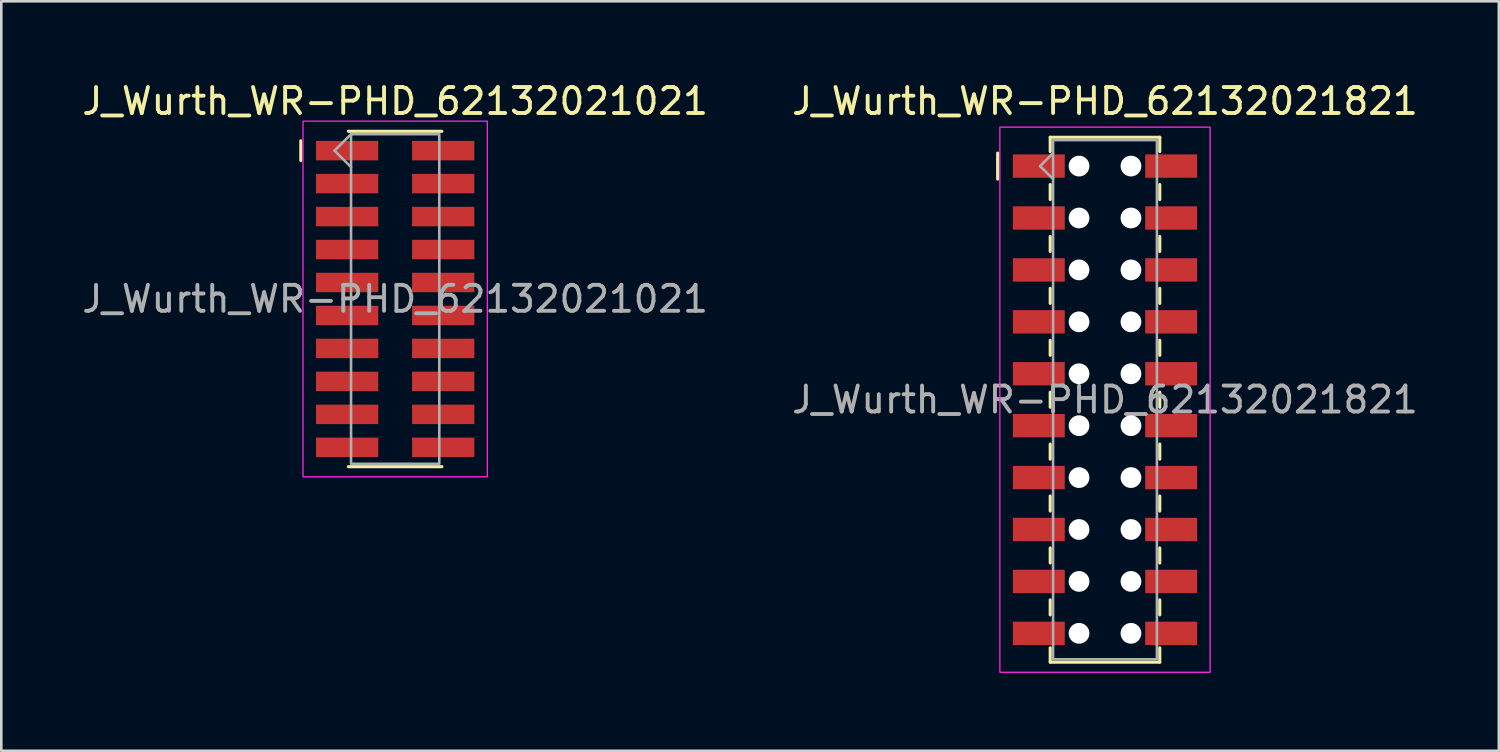
<source format=kicad_pcb>
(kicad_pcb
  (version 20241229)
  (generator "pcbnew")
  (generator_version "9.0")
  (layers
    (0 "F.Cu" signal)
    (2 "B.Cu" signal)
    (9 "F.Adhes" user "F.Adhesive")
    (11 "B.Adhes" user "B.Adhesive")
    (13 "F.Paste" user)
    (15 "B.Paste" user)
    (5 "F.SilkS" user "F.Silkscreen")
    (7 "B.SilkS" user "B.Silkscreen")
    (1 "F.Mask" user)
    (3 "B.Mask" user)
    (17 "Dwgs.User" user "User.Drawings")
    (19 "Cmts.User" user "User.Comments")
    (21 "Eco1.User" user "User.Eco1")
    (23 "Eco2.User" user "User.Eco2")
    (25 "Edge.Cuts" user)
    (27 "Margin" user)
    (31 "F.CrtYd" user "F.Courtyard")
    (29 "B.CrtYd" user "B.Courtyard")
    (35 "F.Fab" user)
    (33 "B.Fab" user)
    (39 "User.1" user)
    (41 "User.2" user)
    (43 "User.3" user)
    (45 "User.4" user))
  (footprint "J_Wurth_WR-PHD_62132021021"
    (layer "F.Cu")
    (at 12.173 8.468)
    (property "Reference" "J_Wurth_WR-PHD_62132021021" (at 0 -7.62 0) (unlocked yes) (layer "F.SilkS") (effects (font (size 1 1) (thickness 0.15))))
    (attr smd)
    (fp_line (start -3.635 -6.095) (end -3.635 -5.335) (stroke (width 0.12) (type solid)) (layer "F.SilkS"))
    (fp_line (start 1.8 -6.46) (end -1.8 -6.46) (stroke (width 0.12) (type solid)) (layer "F.SilkS"))
    (fp_line (start 1.8 6.46) (end -1.8 6.46) (stroke (width 0.12) (type solid)) (layer "F.SilkS"))
    (fp_rect (start -3.55 -6.85) (end 3.55 6.85) (stroke (width 0.05) (type solid)) (fill no) (layer "F.CrtYd"))
    (fp_line (start -2.335 -5.715) (end -1.7 -5.08) (stroke (width 0.1) (type default)) (layer "F.Fab"))
    (fp_line (start -1.7 -6.35) (end -2.335 -5.715) (stroke (width 0.1) (type default)) (layer "F.Fab"))
    (fp_rect (start -1.7 -6.35) (end 1.7 6.35) (stroke (width 0.1) (type solid)) (fill no) (layer "F.Fab"))
    (fp_text user "${REFERENCE}" (at 0 0 0) (unlocked yes) (layer "F.Fab") (effects (font (size 1 1) (thickness 0.15))))
    (pad "1" smd rect (at -1.85 -5.715 270) (size 0.75 2.4) (layers "F.Cu" "F.Mask" "F.Paste"))
    (pad "2" smd rect (at 1.85 -5.715 270) (size 0.75 2.4) (layers "F.Cu" "F.Mask" "F.Paste"))
    (pad "3" smd rect (at -1.85 -4.445 270) (size 0.75 2.4) (layers "F.Cu" "F.Mask" "F.Paste"))
    (pad "4" smd rect (at 1.85 -4.445 270) (size 0.75 2.4) (layers "F.Cu" "F.Mask" "F.Paste"))
    (pad "5" smd rect (at -1.85 -3.175 270) (size 0.75 2.4) (layers "F.Cu" "F.Mask" "F.Paste"))
    (pad "6" smd rect (at 1.85 -3.175 270) (size 0.75 2.4) (layers "F.Cu" "F.Mask" "F.Paste"))
    (pad "7" smd rect (at -1.85 -1.905 270) (size 0.75 2.4) (layers "F.Cu" "F.Mask" "F.Paste"))
    (pad "8" smd rect (at 1.85 -1.905 270) (size 0.75 2.4) (layers "F.Cu" "F.Mask" "F.Paste"))
    (pad "9" smd rect (at -1.85 -0.635 270) (size 0.75 2.4) (layers "F.Cu" "F.Mask" "F.Paste"))
    (pad "10" smd rect (at 1.85 -0.635 270) (size 0.75 2.4) (layers "F.Cu" "F.Mask" "F.Paste"))
    (pad "11" smd rect (at -1.85 0.635 270) (size 0.75 2.4) (layers "F.Cu" "F.Mask" "F.Paste"))
    (pad "12" smd rect (at 1.85 0.635 270) (size 0.75 2.4) (layers "F.Cu" "F.Mask" "F.Paste"))
    (pad "13" smd rect (at -1.85 1.905 270) (size 0.75 2.4) (layers "F.Cu" "F.Mask" "F.Paste"))
    (pad "14" smd rect (at 1.85 1.905 270) (size 0.75 2.4) (layers "F.Cu" "F.Mask" "F.Paste"))
    (pad "15" smd rect (at -1.85 3.175 270) (size 0.75 2.4) (layers "F.Cu" "F.Mask" "F.Paste"))
    (pad "16" smd rect (at 1.85 3.175 270) (size 0.75 2.4) (layers "F.Cu" "F.Mask" "F.Paste"))
    (pad "17" smd rect (at -1.85 4.445 270) (size 0.75 2.4) (layers "F.Cu" "F.Mask" "F.Paste"))
    (pad "18" smd rect (at 1.85 4.445 270) (size 0.75 2.4) (layers "F.Cu" "F.Mask" "F.Paste"))
    (pad "19" smd rect (at -1.85 5.715 270) (size 0.75 2.4) (layers "F.Cu" "F.Mask" "F.Paste"))
    (pad "20" smd rect (at 1.85 5.715 270) (size 0.75 2.4) (layers "F.Cu" "F.Mask" "F.Paste")))
  (footprint "J_Wurth_WR-PHD_62132021821"
    (layer "F.Cu")
    (at 39.518 12.348)
    (property "Reference" "J_Wurth_WR-PHD_62132021821" (at 0 -11.5 0) (unlocked yes) (layer "F.SilkS") (effects (font (size 1 1) (thickness 0.15))))
    (attr smd)
    (fp_line (start -4.135 -9.5) (end -4.135 -8.5) (stroke (width 0.12) (type solid)) (layer "F.SilkS"))
    (fp_line (start -2.11 -10.11) (end -2.11 -9.56) (stroke (width 0.12) (type solid)) (layer "F.SilkS"))
    (fp_line (start -2.11 -8.29) (end -2.11 -7.71) (stroke (width 0.12) (type solid)) (layer "F.SilkS"))
    (fp_line (start -2.11 -6.29) (end -2.11 -5.71) (stroke (width 0.12) (type solid)) (layer "F.SilkS"))
    (fp_line (start -2.11 -4.29) (end -2.11 -3.71) (stroke (width 0.12) (type solid)) (layer "F.SilkS"))
    (fp_line (start -2.11 -2.29) (end -2.11 -1.71) (stroke (width 0.12) (type solid)) (layer "F.SilkS"))
    (fp_line (start -2.11 -0.29) (end -2.11 0.29) (stroke (width 0.12) (type solid)) (layer "F.SilkS"))
    (fp_line (start -2.11 1.71) (end -2.11 2.29) (stroke (width 0.12) (type solid)) (layer "F.SilkS"))
    (fp_line (start -2.11 3.71) (end -2.11 4.29) (stroke (width 0.12) (type solid)) (layer "F.SilkS"))
    (fp_line (start -2.11 5.71) (end -2.11 6.29) (stroke (width 0.12) (type solid)) (layer "F.SilkS"))
    (fp_line (start -2.11 7.71) (end -2.11 8.29) (stroke (width 0.12) (type solid)) (layer "F.SilkS"))
    (fp_line (start -2.11 9.56) (end -2.11 10.11) (stroke (width 0.12) (type solid)) (layer "F.SilkS"))
    (fp_line (start -2.11 10.11) (end 2.11 10.11) (stroke (width 0.12) (type solid)) (layer "F.SilkS"))
    (fp_line (start 2.11 -10.11) (end -2.11 -10.11) (stroke (width 0.12) (type solid)) (layer "F.SilkS"))
    (fp_line (start 2.11 -10.11) (end 2.11 -9.56) (stroke (width 0.12) (type solid)) (layer "F.SilkS"))
    (fp_line (start 2.11 -8.29) (end 2.11 -7.71) (stroke (width 0.12) (type solid)) (layer "F.SilkS"))
    (fp_line (start 2.11 -6.29) (end 2.11 -5.71) (stroke (width 0.12) (type solid)) (layer "F.SilkS"))
    (fp_line (start 2.11 -4.29) (end 2.11 -3.71) (stroke (width 0.12) (type solid)) (layer "F.SilkS"))
    (fp_line (start 2.11 -2.29) (end 2.11 -1.71) (stroke (width 0.12) (type solid)) (layer "F.SilkS"))
    (fp_line (start 2.11 -0.29) (end 2.11 0.29) (stroke (width 0.12) (type solid)) (layer "F.SilkS"))
    (fp_line (start 2.11 1.71) (end 2.11 2.29) (stroke (width 0.12) (type solid)) (layer "F.SilkS"))
    (fp_line (start 2.11 3.71) (end 2.11 4.29) (stroke (width 0.12) (type solid)) (layer "F.SilkS"))
    (fp_line (start 2.11 5.71) (end 2.11 6.29) (stroke (width 0.12) (type solid)) (layer "F.SilkS"))
    (fp_line (start 2.11 7.71) (end 2.11 8.29) (stroke (width 0.12) (type solid)) (layer "F.SilkS"))
    (fp_line (start 2.11 9.56) (end 2.11 10.11) (stroke (width 0.12) (type solid)) (layer "F.SilkS"))
    (fp_rect (start -4.05 -10.5) (end 4.05 10.5) (stroke (width 0.05) (type solid)) (fill no) (layer "F.CrtYd"))
    (fp_line (start -2.5 -9) (end -2 -8.5) (stroke (width 0.1) (type default)) (layer "F.Fab"))
    (fp_line (start -2 -9.5) (end -2.5 -9) (stroke (width 0.1) (type default)) (layer "F.Fab"))
    (fp_rect (start -2 -10) (end 2 10) (stroke (width 0.1) (type solid)) (fill no) (layer "F.Fab"))
    (fp_text user "${REFERENCE}" (at 0 0 0) (unlocked yes) (layer "F.Fab") (effects (font (size 1 1) (thickness 0.15))))
    (pad "" np_thru_hole circle (at -1 -9 270) (size 0.8 0.8) (drill 0.8) (layers "*.Cu" "*.Mask"))
    (pad "" np_thru_hole circle (at -1 -7 270) (size 0.8 0.8) (drill 0.8) (layers "*.Cu" "*.Mask"))
    (pad "" np_thru_hole circle (at -1 -5 270) (size 0.8 0.8) (drill 0.8) (layers "*.Cu" "*.Mask"))
    (pad "" np_thru_hole circle (at -1 -3 270) (size 0.8 0.8) (drill 0.8) (layers "*.Cu" "*.Mask"))
    (pad "" np_thru_hole circle (at -1 -1 270) (size 0.8 0.8) (drill 0.8) (layers "*.Cu" "*.Mask"))
    (pad "" np_thru_hole circle (at -1 1 270) (size 0.8 0.8) (drill 0.8) (layers "*.Cu" "*.Mask"))
    (pad "" np_thru_hole circle (at -1 3 270) (size 0.8 0.8) (drill 0.8) (layers "*.Cu" "*.Mask"))
    (pad "" np_thru_hole circle (at -1 5 270) (size 0.8 0.8) (drill 0.8) (layers "*.Cu" "*.Mask"))
    (pad "" np_thru_hole circle (at -1 7 270) (size 0.8 0.8) (drill 0.8) (layers "*.Cu" "*.Mask"))
    (pad "" np_thru_hole circle (at -1 9 270) (size 0.8 0.8) (drill 0.8) (layers "*.Cu" "*.Mask"))
    (pad "" np_thru_hole circle (at 1 -9 270) (size 0.8 0.8) (drill 0.8) (layers "*.Cu" "*.Mask"))
    (pad "" np_thru_hole circle (at 1 -7 270) (size 0.8 0.8) (drill 0.8) (layers "*.Cu" "*.Mask"))
    (pad "" np_thru_hole circle (at 1 -5 270) (size 0.8 0.8) (drill 0.8) (layers "*.Cu" "*.Mask"))
    (pad "" np_thru_hole circle (at 1 -3 270) (size 0.8 0.8) (drill 0.8) (layers "*.Cu" "*.Mask"))
    (pad "" np_thru_hole circle (at 1 -1 270) (size 0.8 0.8) (drill 0.8) (layers "*.Cu" "*.Mask"))
    (pad "" np_thru_hole circle (at 1 1 270) (size 0.8 0.8) (drill 0.8) (layers "*.Cu" "*.Mask"))
    (pad "" np_thru_hole circle (at 1 3 270) (size 0.8 0.8) (drill 0.8) (layers "*.Cu" "*.Mask"))
    (pad "" np_thru_hole circle (at 1 5 270) (size 0.8 0.8) (drill 0.8) (layers "*.Cu" "*.Mask"))
    (pad "" np_thru_hole circle (at 1 7 270) (size 0.8 0.8) (drill 0.8) (layers "*.Cu" "*.Mask"))
    (pad "" np_thru_hole circle (at 1 9 270) (size 0.8 0.8) (drill 0.8) (layers "*.Cu" "*.Mask"))
    (pad "1" smd rect (at -2.55 -9 270) (size 0.9 2) (layers "F.Cu" "F.Mask" "F.Paste"))
    (pad "2" smd rect (at 2.55 -9 270) (size 0.9 2) (layers "F.Cu" "F.Mask" "F.Paste"))
    (pad "3" smd rect (at -2.55 -7 270) (size 0.9 2) (layers "F.Cu" "F.Mask" "F.Paste"))
    (pad "4" smd rect (at 2.55 -7 270) (size 0.9 2) (layers "F.Cu" "F.Mask" "F.Paste"))
    (pad "5" smd rect (at -2.55 -5 270) (size 0.9 2) (layers "F.Cu" "F.Mask" "F.Paste"))
    (pad "6" smd rect (at 2.55 -5 270) (size 0.9 2) (layers "F.Cu" "F.Mask" "F.Paste"))
    (pad "7" smd rect (at -2.55 -3 270) (size 0.9 2) (layers "F.Cu" "F.Mask" "F.Paste"))
    (pad "8" smd rect (at 2.55 -3 270) (size 0.9 2) (layers "F.Cu" "F.Mask" "F.Paste"))
    (pad "9" smd rect (at -2.55 -1 270) (size 0.9 2) (layers "F.Cu" "F.Mask" "F.Paste"))
    (pad "10" smd rect (at 2.55 -1 270) (size 0.9 2) (layers "F.Cu" "F.Mask" "F.Paste"))
    (pad "11" smd rect (at -2.55 1 270) (size 0.9 2) (layers "F.Cu" "F.Mask" "F.Paste"))
    (pad "12" smd rect (at 2.55 1 270) (size 0.9 2) (layers "F.Cu" "F.Mask" "F.Paste"))
    (pad "13" smd rect (at -2.55 3 270) (size 0.9 2) (layers "F.Cu" "F.Mask" "F.Paste"))
    (pad "14" smd rect (at 2.55 3 270) (size 0.9 2) (layers "F.Cu" "F.Mask" "F.Paste"))
    (pad "15" smd rect (at -2.55 5 270) (size 0.9 2) (layers "F.Cu" "F.Mask" "F.Paste"))
    (pad "16" smd rect (at 2.55 5 270) (size 0.9 2) (layers "F.Cu" "F.Mask" "F.Paste"))
    (pad "17" smd rect (at -2.55 7 270) (size 0.9 2) (layers "F.Cu" "F.Mask" "F.Paste"))
    (pad "18" smd rect (at 2.55 7 270) (size 0.9 2) (layers "F.Cu" "F.Mask" "F.Paste"))
    (pad "19" smd rect (at -2.55 9 270) (size 0.9 2) (layers "F.Cu" "F.Mask" "F.Paste"))
    (pad "20" smd rect (at 2.55 9 270) (size 0.9 2) (layers "F.Cu" "F.Mask" "F.Paste")))
  (gr_rect
    (start -3 -3)
    (end 54.69 25.873)
    (stroke (width 0.1) (type default))
    (fill no)
    (layer "Edge.Cuts")))
</source>
